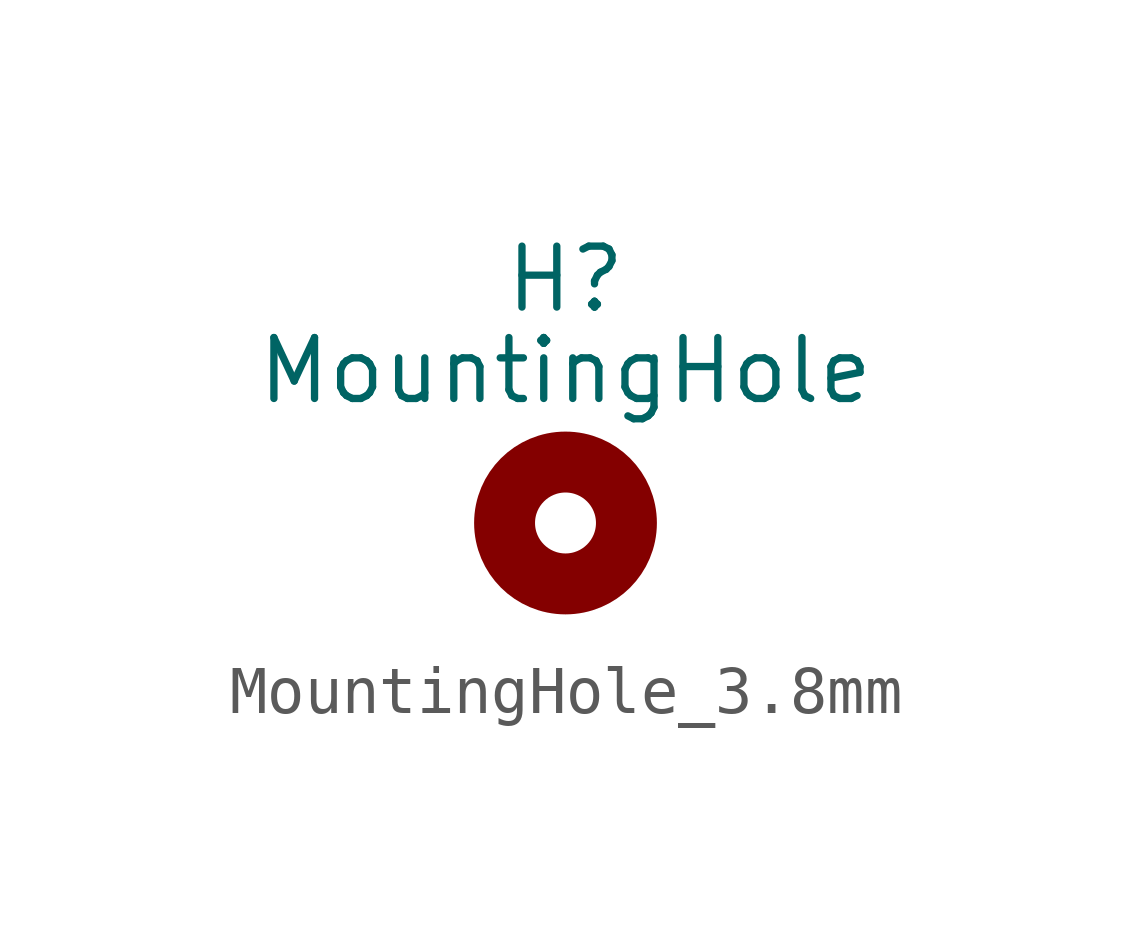
<source format=kicad_sym>
(kicad_symbol_lib
  (version 20220914)
  (generator kicad_symbol_editor)
  (symbol "MountingHole_3.8mm"
    (pin_names
      (offset 1.016))
    (property "Reference" "H"
      (at 0 5.08 0)
      (effects (font (size 1.27 1.27))))
    (property "Value" "MountingHole"
      (at 0 3.175 0)
      (effects (font (size 1.27 1.27))))
    (symbol "MountingHole_3.8mm_0_1"
      (circle (center 0 0) (radius 1.27) (stroke (width 1.27) (type default)) (fill (type none))))))
</source>
